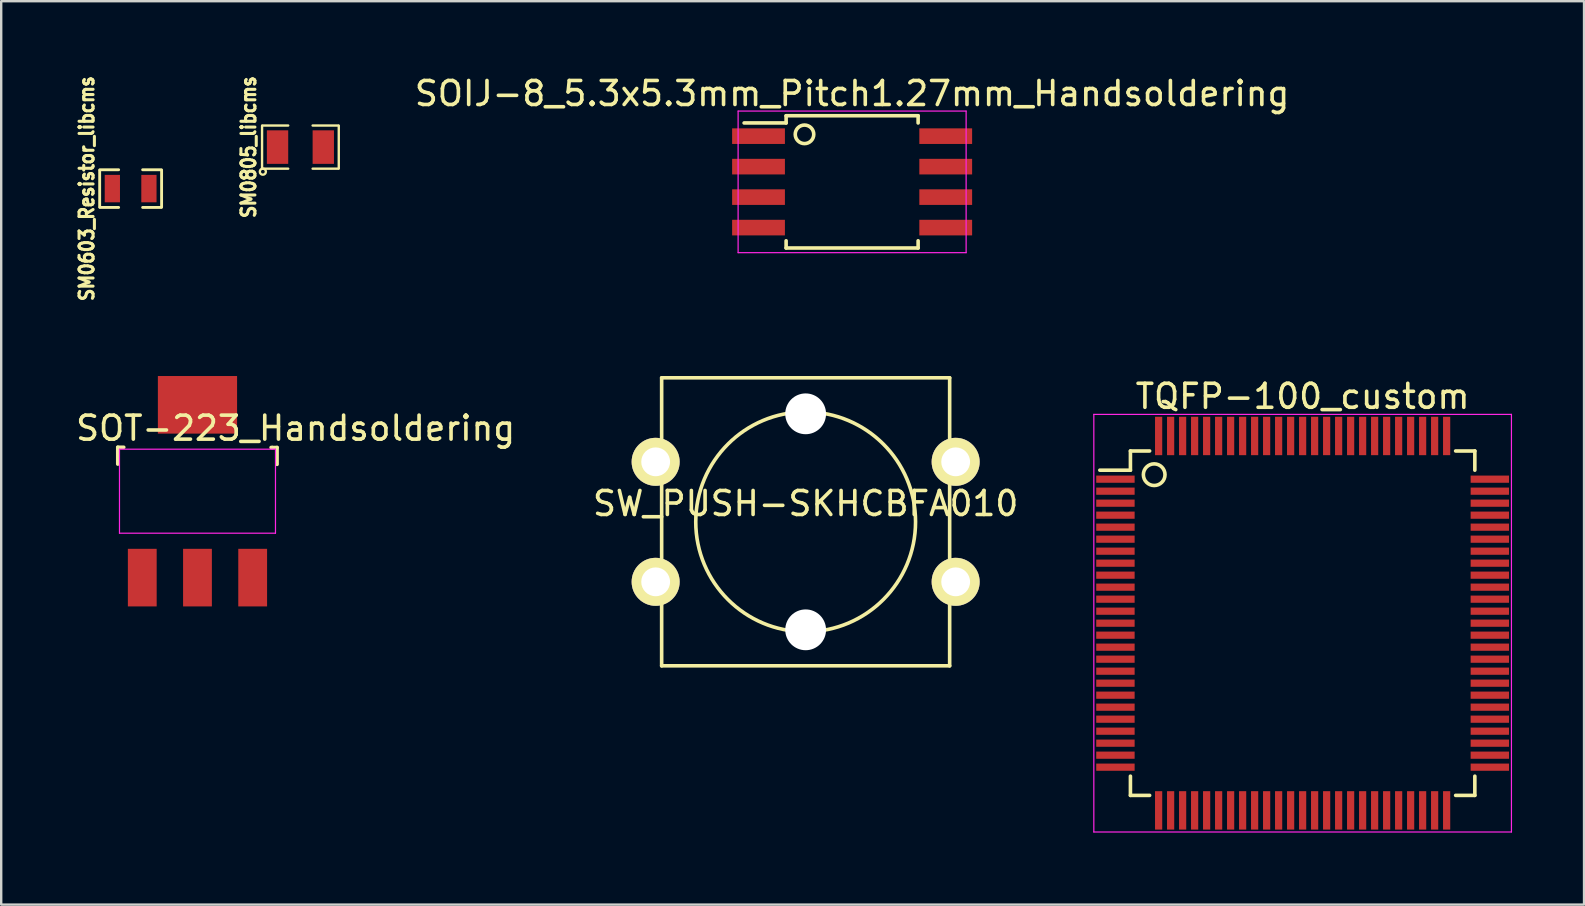
<source format=kicad_pcb>
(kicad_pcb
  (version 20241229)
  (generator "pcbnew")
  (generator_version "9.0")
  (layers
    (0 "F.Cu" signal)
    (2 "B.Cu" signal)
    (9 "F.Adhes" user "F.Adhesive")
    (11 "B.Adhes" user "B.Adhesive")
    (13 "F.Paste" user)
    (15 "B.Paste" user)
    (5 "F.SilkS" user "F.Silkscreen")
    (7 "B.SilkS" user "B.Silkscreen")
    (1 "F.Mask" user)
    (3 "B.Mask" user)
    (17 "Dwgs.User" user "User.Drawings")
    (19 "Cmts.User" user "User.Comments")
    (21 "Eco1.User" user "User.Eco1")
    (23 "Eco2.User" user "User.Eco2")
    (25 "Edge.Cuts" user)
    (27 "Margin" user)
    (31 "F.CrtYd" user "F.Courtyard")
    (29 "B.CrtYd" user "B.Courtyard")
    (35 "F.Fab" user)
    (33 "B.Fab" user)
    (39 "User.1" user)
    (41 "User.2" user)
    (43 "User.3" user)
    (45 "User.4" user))
  (footprint "SM0603_Resistor_libcms"
    (layer "F.Cu")
    (at 2.393 4.808)
    (property "Reference" "SM0603_Resistor_libcms" (at -1.829 0 90) (layer "F.SilkS") (effects (font (size 0.584 0.508) (thickness 0.127))))
    (attr smd)
    (fp_line (start -1.29 0.762) (end -1.29 -0.762) (stroke (width 0.119) (type solid)) (layer "F.SilkS"))
    (fp_line (start -1.283 -0.785) (end -0.5 -0.785) (stroke (width 0.119) (type solid)) (layer "F.SilkS"))
    (fp_line (start -0.5 0.785) (end -1.283 0.785) (stroke (width 0.119) (type solid)) (layer "F.SilkS"))
    (fp_line (start 0.5 -0.785) (end 1.283 -0.785) (stroke (width 0.119) (type solid)) (layer "F.SilkS"))
    (fp_line (start 0.5 0.785) (end 1.283 0.785) (stroke (width 0.119) (type solid)) (layer "F.SilkS"))
    (fp_line (start 1.29 -0.762) (end 1.29 0.762) (stroke (width 0.119) (type solid)) (layer "F.SilkS"))
    (pad "1" smd rect (at -0.762 0) (size 0.635 1.143) (layers "F.Cu" "F.Mask" "F.Paste"))
    (pad "2" smd rect (at 0.762 0) (size 0.635 1.143) (layers "F.Cu" "F.Mask" "F.Paste")))
  (footprint "SM0805_libcms"
    (layer "F.Cu")
    (at 9.467 3.079)
    (property "Reference" "SM0805_libcms" (at -2.159 0 90) (layer "F.SilkS") (effects (font (size 0.584 0.508) (thickness 0.127))))
    (attr smd)
    (fp_line (start -1.598 0.889) (end -1.598 -0.889) (stroke (width 0.099) (type solid)) (layer "F.SilkS"))
    (fp_line (start -1.587 -0.899) (end -0.508 -0.899) (stroke (width 0.099) (type solid)) (layer "F.SilkS"))
    (fp_line (start -0.508 0.899) (end -1.587 0.899) (stroke (width 0.099) (type solid)) (layer "F.SilkS"))
    (fp_line (start 0.508 -0.899) (end 1.587 -0.899) (stroke (width 0.099) (type solid)) (layer "F.SilkS"))
    (fp_line (start 1.587 0.899) (end 0.508 0.899) (stroke (width 0.099) (type solid)) (layer "F.SilkS"))
    (fp_line (start 1.598 -0.889) (end 1.598 0.889) (stroke (width 0.099) (type solid)) (layer "F.SilkS"))
    (fp_circle (center -1.565 1.024) (end -1.565 0.897) (stroke (width 0.099) (type solid)) (fill no) (layer "F.SilkS"))
    (pad "1" smd rect (at -0.953 0) (size 0.889 1.397) (layers "F.Cu" "F.Mask" "F.Paste"))
    (pad "2" smd rect (at 0.953 0) (size 0.889 1.397) (layers "F.Cu" "F.Mask" "F.Paste")))
  (footprint "SOT-223_Handsoldering"
    (layer "F.Cu")
    (at 5.178 17.417)
    (property "Reference" "SOT-223_Handsoldering" (at 4.089 -2.626 0) (layer "F.SilkS") (effects (font (size 1 1) (thickness 0.15))))
    (attr smd)
    (fp_line (start -3.321 -1.831) (end -3.072 -1.831) (stroke (width 0.15) (type solid)) (layer "F.SilkS"))
    (fp_line (start -3.321 -1.13) (end -3.321 -1.831) (stroke (width 0.15) (type solid)) (layer "F.SilkS"))
    (fp_line (start 3.115 -1.821) (end 3.067 -1.821) (stroke (width 0.15) (type solid)) (layer "F.SilkS"))
    (fp_line (start 3.115 -1.821) (end 3.316 -1.821) (stroke (width 0.15) (type solid)) (layer "F.SilkS"))
    (fp_line (start 3.316 -1.821) (end 3.316 -1.12) (stroke (width 0.15) (type solid)) (layer "F.SilkS"))
    (fp_line (start -3.25 -1.75) (end 3.25 -1.75) (stroke (width 0.05) (type solid)) (layer "F.CrtYd"))
    (fp_line (start -3.25 1.75) (end -3.25 -1.75) (stroke (width 0.05) (type solid)) (layer "F.CrtYd"))
    (fp_line (start 3.25 -1.75) (end 3.25 1.75) (stroke (width 0.05) (type solid)) (layer "F.CrtYd"))
    (fp_line (start 3.25 1.75) (end -3.25 1.75) (stroke (width 0.05) (type solid)) (layer "F.CrtYd"))
    (pad "1" smd rect (at -2.3 3.6) (size 1.2 2.4) (layers "F.Cu" "F.Mask" "F.Paste"))
    (pad "2" smd rect (at 0 -3.6) (size 3.3 2.4) (layers "F.Cu" "F.Mask" "F.Paste"))
    (pad "2" smd rect (at 0 3.6) (size 1.2 2.4) (layers "F.Cu" "F.Mask" "F.Paste"))
    (pad "3" smd rect (at 2.3 3.6) (size 1.2 2.4) (layers "F.Cu" "F.Mask" "F.Paste")))
  (footprint "TQFP-100_custom"
    (layer "F.Cu")
    (at 51.225 22.915)
    (property "Reference" "TQFP-100_custom" (at 0 -9.45 0) (layer "F.SilkS") (effects (font (size 1 1) (thickness 0.15))))
    (attr smd)
    (fp_line (start -7.175 -7.175) (end -7.175 -6.375) (stroke (width 0.15) (type solid)) (layer "F.SilkS"))
    (fp_line (start -7.175 -7.175) (end -6.375 -7.175) (stroke (width 0.15) (type solid)) (layer "F.SilkS"))
    (fp_line (start -7.175 -6.375) (end -8.45 -6.375) (stroke (width 0.15) (type solid)) (layer "F.SilkS"))
    (fp_line (start -7.175 7.175) (end -7.175 6.375) (stroke (width 0.15) (type solid)) (layer "F.SilkS"))
    (fp_line (start -7.175 7.175) (end -6.375 7.175) (stroke (width 0.15) (type solid)) (layer "F.SilkS"))
    (fp_line (start 7.175 -7.175) (end 6.375 -7.175) (stroke (width 0.15) (type solid)) (layer "F.SilkS"))
    (fp_line (start 7.175 -7.175) (end 7.175 -6.375) (stroke (width 0.15) (type solid)) (layer "F.SilkS"))
    (fp_line (start 7.175 7.175) (end 6.375 7.175) (stroke (width 0.15) (type solid)) (layer "F.SilkS"))
    (fp_line (start 7.175 7.175) (end 7.175 6.375) (stroke (width 0.15) (type solid)) (layer "F.SilkS"))
    (fp_circle (center -6.185 -6.187) (end -5.839 -5.898) (stroke (width 0.15) (type solid)) (fill no) (layer "F.SilkS"))
    (fp_line (start -8.7 -8.7) (end -8.7 8.7) (stroke (width 0.05) (type solid)) (layer "F.CrtYd"))
    (fp_line (start -8.7 -8.7) (end 8.7 -8.7) (stroke (width 0.05) (type solid)) (layer "F.CrtYd"))
    (fp_line (start -8.7 8.7) (end 8.7 8.7) (stroke (width 0.05) (type solid)) (layer "F.CrtYd"))
    (fp_line (start 8.7 -8.7) (end 8.7 8.7) (stroke (width 0.05) (type solid)) (layer "F.CrtYd"))
    (pad "1" smd rect (at -7.8 -6) (size 1.6 0.3) (layers "F.Cu" "F.Mask" "F.Paste"))
    (pad "2" smd rect (at -7.8 -5.5) (size 1.6 0.3) (layers "F.Cu" "F.Mask" "F.Paste"))
    (pad "3" smd rect (at -7.8 -5) (size 1.6 0.3) (layers "F.Cu" "F.Mask" "F.Paste"))
    (pad "4" smd rect (at -7.8 -4.5) (size 1.6 0.3) (layers "F.Cu" "F.Mask" "F.Paste"))
    (pad "5" smd rect (at -7.8 -4) (size 1.6 0.3) (layers "F.Cu" "F.Mask" "F.Paste"))
    (pad "6" smd rect (at -7.8 -3.5) (size 1.6 0.3) (layers "F.Cu" "F.Mask" "F.Paste"))
    (pad "7" smd rect (at -7.8 -3) (size 1.6 0.3) (layers "F.Cu" "F.Mask" "F.Paste"))
    (pad "8" smd rect (at -7.8 -2.5) (size 1.6 0.3) (layers "F.Cu" "F.Mask" "F.Paste"))
    (pad "9" smd rect (at -7.8 -2) (size 1.6 0.3) (layers "F.Cu" "F.Mask" "F.Paste"))
    (pad "10" smd rect (at -7.8 -1.5) (size 1.6 0.3) (layers "F.Cu" "F.Mask" "F.Paste"))
    (pad "11" smd rect (at -7.8 -1) (size 1.6 0.3) (layers "F.Cu" "F.Mask" "F.Paste"))
    (pad "12" smd rect (at -7.8 -0.5) (size 1.6 0.3) (layers "F.Cu" "F.Mask" "F.Paste"))
    (pad "13" smd rect (at -7.8 0) (size 1.6 0.3) (layers "F.Cu" "F.Mask" "F.Paste"))
    (pad "14" smd rect (at -7.8 0.5) (size 1.6 0.3) (layers "F.Cu" "F.Mask" "F.Paste"))
    (pad "15" smd rect (at -7.8 1) (size 1.6 0.3) (layers "F.Cu" "F.Mask" "F.Paste"))
    (pad "16" smd rect (at -7.8 1.5) (size 1.6 0.3) (layers "F.Cu" "F.Mask" "F.Paste"))
    (pad "17" smd rect (at -7.8 2) (size 1.6 0.3) (layers "F.Cu" "F.Mask" "F.Paste"))
    (pad "18" smd rect (at -7.8 2.5) (size 1.6 0.3) (layers "F.Cu" "F.Mask" "F.Paste"))
    (pad "19" smd rect (at -7.8 3) (size 1.6 0.3) (layers "F.Cu" "F.Mask" "F.Paste"))
    (pad "20" smd rect (at -7.8 3.5) (size 1.6 0.3) (layers "F.Cu" "F.Mask" "F.Paste"))
    (pad "21" smd rect (at -7.8 4) (size 1.6 0.3) (layers "F.Cu" "F.Mask" "F.Paste"))
    (pad "22" smd rect (at -7.8 4.5) (size 1.6 0.3) (layers "F.Cu" "F.Mask" "F.Paste"))
    (pad "23" smd rect (at -7.8 5) (size 1.6 0.3) (layers "F.Cu" "F.Mask" "F.Paste"))
    (pad "24" smd rect (at -7.8 5.5) (size 1.6 0.3) (layers "F.Cu" "F.Mask" "F.Paste"))
    (pad "25" smd rect (at -7.8 6) (size 1.6 0.3) (layers "F.Cu" "F.Mask" "F.Paste"))
    (pad "26" smd rect (at -6 7.8 90) (size 1.6 0.3) (layers "F.Cu" "F.Mask" "F.Paste"))
    (pad "27" smd rect (at -5.5 7.8 90) (size 1.6 0.3) (layers "F.Cu" "F.Mask" "F.Paste"))
    (pad "28" smd rect (at -5 7.8 90) (size 1.6 0.3) (layers "F.Cu" "F.Mask" "F.Paste"))
    (pad "29" smd rect (at -4.5 7.8 90) (size 1.6 0.3) (layers "F.Cu" "F.Mask" "F.Paste"))
    (pad "30" smd rect (at -4 7.8 90) (size 1.6 0.3) (layers "F.Cu" "F.Mask" "F.Paste"))
    (pad "31" smd rect (at -3.5 7.8 90) (size 1.6 0.3) (layers "F.Cu" "F.Mask" "F.Paste"))
    (pad "32" smd rect (at -3 7.8 90) (size 1.6 0.3) (layers "F.Cu" "F.Mask" "F.Paste"))
    (pad "33" smd rect (at -2.5 7.8 90) (size 1.6 0.3) (layers "F.Cu" "F.Mask" "F.Paste"))
    (pad "34" smd rect (at -2 7.8 90) (size 1.6 0.3) (layers "F.Cu" "F.Mask" "F.Paste"))
    (pad "35" smd rect (at -1.5 7.8 90) (size 1.6 0.3) (layers "F.Cu" "F.Mask" "F.Paste"))
    (pad "36" smd rect (at -1 7.8 90) (size 1.6 0.3) (layers "F.Cu" "F.Mask" "F.Paste"))
    (pad "37" smd rect (at -0.5 7.8 90) (size 1.6 0.3) (layers "F.Cu" "F.Mask" "F.Paste"))
    (pad "38" smd rect (at 0 7.8 90) (size 1.6 0.3) (layers "F.Cu" "F.Mask" "F.Paste"))
    (pad "39" smd rect (at 0.5 7.8 90) (size 1.6 0.3) (layers "F.Cu" "F.Mask" "F.Paste"))
    (pad "40" smd rect (at 1 7.8 90) (size 1.6 0.3) (layers "F.Cu" "F.Mask" "F.Paste"))
    (pad "41" smd rect (at 1.5 7.8 90) (size 1.6 0.3) (layers "F.Cu" "F.Mask" "F.Paste"))
    (pad "42" smd rect (at 2 7.8 90) (size 1.6 0.3) (layers "F.Cu" "F.Mask" "F.Paste"))
    (pad "43" smd rect (at 2.5 7.8 90) (size 1.6 0.3) (layers "F.Cu" "F.Mask" "F.Paste"))
    (pad "44" smd rect (at 3 7.8 90) (size 1.6 0.3) (layers "F.Cu" "F.Mask" "F.Paste"))
    (pad "45" smd rect (at 3.5 7.8 90) (size 1.6 0.3) (layers "F.Cu" "F.Mask" "F.Paste"))
    (pad "46" smd rect (at 4 7.8 90) (size 1.6 0.3) (layers "F.Cu" "F.Mask" "F.Paste"))
    (pad "47" smd rect (at 4.5 7.8 90) (size 1.6 0.3) (layers "F.Cu" "F.Mask" "F.Paste"))
    (pad "48" smd rect (at 5 7.8 90) (size 1.6 0.3) (layers "F.Cu" "F.Mask" "F.Paste"))
    (pad "49" smd rect (at 5.5 7.8 90) (size 1.6 0.3) (layers "F.Cu" "F.Mask" "F.Paste"))
    (pad "50" smd rect (at 6 7.8 90) (size 1.6 0.3) (layers "F.Cu" "F.Mask" "F.Paste"))
    (pad "51" smd rect (at 7.8 6) (size 1.6 0.3) (layers "F.Cu" "F.Mask" "F.Paste"))
    (pad "52" smd rect (at 7.8 5.5) (size 1.6 0.3) (layers "F.Cu" "F.Mask" "F.Paste"))
    (pad "53" smd rect (at 7.8 5) (size 1.6 0.3) (layers "F.Cu" "F.Mask" "F.Paste"))
    (pad "54" smd rect (at 7.8 4.5) (size 1.6 0.3) (layers "F.Cu" "F.Mask" "F.Paste"))
    (pad "55" smd rect (at 7.8 4) (size 1.6 0.3) (layers "F.Cu" "F.Mask" "F.Paste"))
    (pad "56" smd rect (at 7.8 3.5) (size 1.6 0.3) (layers "F.Cu" "F.Mask" "F.Paste"))
    (pad "57" smd rect (at 7.8 3) (size 1.6 0.3) (layers "F.Cu" "F.Mask" "F.Paste"))
    (pad "58" smd rect (at 7.8 2.5) (size 1.6 0.3) (layers "F.Cu" "F.Mask" "F.Paste"))
    (pad "59" smd rect (at 7.8 2) (size 1.6 0.3) (layers "F.Cu" "F.Mask" "F.Paste"))
    (pad "60" smd rect (at 7.8 1.5) (size 1.6 0.3) (layers "F.Cu" "F.Mask" "F.Paste"))
    (pad "61" smd rect (at 7.8 1) (size 1.6 0.3) (layers "F.Cu" "F.Mask" "F.Paste"))
    (pad "62" smd rect (at 7.8 0.5) (size 1.6 0.3) (layers "F.Cu" "F.Mask" "F.Paste"))
    (pad "63" smd rect (at 7.8 0) (size 1.6 0.3) (layers "F.Cu" "F.Mask" "F.Paste"))
    (pad "64" smd rect (at 7.8 -0.5) (size 1.6 0.3) (layers "F.Cu" "F.Mask" "F.Paste"))
    (pad "65" smd rect (at 7.8 -1) (size 1.6 0.3) (layers "F.Cu" "F.Mask" "F.Paste"))
    (pad "66" smd rect (at 7.8 -1.5) (size 1.6 0.3) (layers "F.Cu" "F.Mask" "F.Paste"))
    (pad "67" smd rect (at 7.8 -2) (size 1.6 0.3) (layers "F.Cu" "F.Mask" "F.Paste"))
    (pad "68" smd rect (at 7.8 -2.5) (size 1.6 0.3) (layers "F.Cu" "F.Mask" "F.Paste"))
    (pad "69" smd rect (at 7.8 -3) (size 1.6 0.3) (layers "F.Cu" "F.Mask" "F.Paste"))
    (pad "70" smd rect (at 7.8 -3.5) (size 1.6 0.3) (layers "F.Cu" "F.Mask" "F.Paste"))
    (pad "71" smd rect (at 7.8 -4) (size 1.6 0.3) (layers "F.Cu" "F.Mask" "F.Paste"))
    (pad "72" smd rect (at 7.8 -4.5) (size 1.6 0.3) (layers "F.Cu" "F.Mask" "F.Paste"))
    (pad "73" smd rect (at 7.8 -5) (size 1.6 0.3) (layers "F.Cu" "F.Mask" "F.Paste"))
    (pad "74" smd rect (at 7.8 -5.5) (size 1.6 0.3) (layers "F.Cu" "F.Mask" "F.Paste"))
    (pad "75" smd rect (at 7.8 -6) (size 1.6 0.3) (layers "F.Cu" "F.Mask" "F.Paste"))
    (pad "76" smd rect (at 6 -7.8 90) (size 1.6 0.3) (layers "F.Cu" "F.Mask" "F.Paste"))
    (pad "77" smd rect (at 5.5 -7.8 90) (size 1.6 0.3) (layers "F.Cu" "F.Mask" "F.Paste"))
    (pad "78" smd rect (at 5 -7.8 90) (size 1.6 0.3) (layers "F.Cu" "F.Mask" "F.Paste"))
    (pad "79" smd rect (at 4.5 -7.8 90) (size 1.6 0.3) (layers "F.Cu" "F.Mask" "F.Paste"))
    (pad "80" smd rect (at 4 -7.8 90) (size 1.6 0.3) (layers "F.Cu" "F.Mask" "F.Paste"))
    (pad "81" smd rect (at 3.5 -7.8 90) (size 1.6 0.3) (layers "F.Cu" "F.Mask" "F.Paste"))
    (pad "82" smd rect (at 3 -7.8 90) (size 1.6 0.3) (layers "F.Cu" "F.Mask" "F.Paste"))
    (pad "83" smd rect (at 2.5 -7.8 90) (size 1.6 0.3) (layers "F.Cu" "F.Mask" "F.Paste"))
    (pad "84" smd rect (at 2 -7.8 90) (size 1.6 0.3) (layers "F.Cu" "F.Mask" "F.Paste"))
    (pad "85" smd rect (at 1.5 -7.8 90) (size 1.6 0.3) (layers "F.Cu" "F.Mask" "F.Paste"))
    (pad "86" smd rect (at 1 -7.8 90) (size 1.6 0.3) (layers "F.Cu" "F.Mask" "F.Paste"))
    (pad "87" smd rect (at 0.5 -7.8 90) (size 1.6 0.3) (layers "F.Cu" "F.Mask" "F.Paste"))
    (pad "88" smd rect (at 0 -7.8 90) (size 1.6 0.3) (layers "F.Cu" "F.Mask" "F.Paste"))
    (pad "89" smd rect (at -0.5 -7.8 90) (size 1.6 0.3) (layers "F.Cu" "F.Mask" "F.Paste"))
    (pad "90" smd rect (at -1 -7.8 90) (size 1.6 0.3) (layers "F.Cu" "F.Mask" "F.Paste"))
    (pad "91" smd rect (at -1.5 -7.8 90) (size 1.6 0.3) (layers "F.Cu" "F.Mask" "F.Paste"))
    (pad "92" smd rect (at -2 -7.8 90) (size 1.6 0.3) (layers "F.Cu" "F.Mask" "F.Paste"))
    (pad "93" smd rect (at -2.5 -7.8 90) (size 1.6 0.3) (layers "F.Cu" "F.Mask" "F.Paste"))
    (pad "94" smd rect (at -3 -7.8 90) (size 1.6 0.3) (layers "F.Cu" "F.Mask" "F.Paste"))
    (pad "95" smd rect (at -3.5 -7.8 90) (size 1.6 0.3) (layers "F.Cu" "F.Mask" "F.Paste"))
    (pad "96" smd rect (at -4 -7.8 90) (size 1.6 0.3) (layers "F.Cu" "F.Mask" "F.Paste"))
    (pad "97" smd rect (at -4.5 -7.8 90) (size 1.6 0.3) (layers "F.Cu" "F.Mask" "F.Paste"))
    (pad "98" smd rect (at -5 -7.8 90) (size 1.6 0.3) (layers "F.Cu" "F.Mask" "F.Paste"))
    (pad "99" smd rect (at -5.5 -7.8 90) (size 1.6 0.3) (layers "F.Cu" "F.Mask" "F.Paste"))
    (pad "100" smd rect (at -6 -7.8 90) (size 1.6 0.3) (layers "F.Cu" "F.Mask" "F.Paste")))
  (footprint "SOIJ-8_5.3x5.3mm_Pitch1.27mm_Handsoldering"
    (layer "F.Cu")
    (at 32.454 4.528)
    (property "Reference" "SOIJ-8_5.3x5.3mm_Pitch1.27mm_Handsoldering" (at 0 -3.68 0) (layer "F.SilkS") (effects (font (size 1 1) (thickness 0.15))))
    (attr smd)
    (fp_line (start -2.75 -2.755) (end -2.75 -2.455) (stroke (width 0.15) (type solid)) (layer "F.SilkS"))
    (fp_line (start -2.75 -2.755) (end 2.75 -2.755) (stroke (width 0.15) (type solid)) (layer "F.SilkS"))
    (fp_line (start -2.75 -2.455) (end -4.5 -2.455) (stroke (width 0.15) (type solid)) (layer "F.SilkS"))
    (fp_line (start -2.75 2.755) (end -2.75 2.455) (stroke (width 0.15) (type solid)) (layer "F.SilkS"))
    (fp_line (start -2.75 2.755) (end 2.75 2.755) (stroke (width 0.15) (type solid)) (layer "F.SilkS"))
    (fp_line (start 2.75 -2.755) (end 2.75 -2.455) (stroke (width 0.15) (type solid)) (layer "F.SilkS"))
    (fp_line (start 2.75 2.755) (end 2.75 2.455) (stroke (width 0.15) (type solid)) (layer "F.SilkS"))
    (fp_circle (center -1.984 -1.981) (end -1.689 -1.732) (stroke (width 0.15) (type solid)) (fill no) (layer "F.SilkS"))
    (fp_line (start -4.75 -2.95) (end -4.75 2.95) (stroke (width 0.05) (type solid)) (layer "F.CrtYd"))
    (fp_line (start -4.75 -2.95) (end 4.75 -2.95) (stroke (width 0.05) (type solid)) (layer "F.CrtYd"))
    (fp_line (start -4.75 2.95) (end 4.75 2.95) (stroke (width 0.05) (type solid)) (layer "F.CrtYd"))
    (fp_line (start 4.75 -2.95) (end 4.75 2.95) (stroke (width 0.05) (type solid)) (layer "F.CrtYd"))
    (pad "1" smd rect (at -3.9 -1.905) (size 2.2 0.65) (layers "F.Cu" "F.Mask" "F.Paste"))
    (pad "2" smd rect (at -3.9 -0.635) (size 2.2 0.65) (layers "F.Cu" "F.Mask" "F.Paste"))
    (pad "3" smd rect (at -3.9 0.635) (size 2.2 0.65) (layers "F.Cu" "F.Mask" "F.Paste"))
    (pad "4" smd rect (at -3.9 1.905) (size 2.2 0.65) (layers "F.Cu" "F.Mask" "F.Paste"))
    (pad "5" smd rect (at 3.9 1.905) (size 2.2 0.65) (layers "F.Cu" "F.Mask" "F.Paste"))
    (pad "6" smd rect (at 3.9 0.635) (size 2.2 0.65) (layers "F.Cu" "F.Mask" "F.Paste"))
    (pad "7" smd rect (at 3.9 -0.635) (size 2.2 0.65) (layers "F.Cu" "F.Mask" "F.Paste"))
    (pad "8" smd rect (at 3.9 -1.905) (size 2.2 0.65) (layers "F.Cu" "F.Mask" "F.Paste")))
  (footprint "SW_PUSH-SKHCBFA010"
    (layer "F.Cu")
    (at 30.518 18.692)
    (property "Reference" "SW_PUSH-SKHCBFA010" (at 0 -0.762 0) (layer "F.SilkS") (effects (font (size 1 1) (thickness 0.15))))
    (attr through_hole)
    (fp_line (start -6 -6) (end 6 -6) (stroke (width 0.15) (type solid)) (layer "F.SilkS"))
    (fp_line (start -6 6) (end -6 -6) (stroke (width 0.15) (type solid)) (layer "F.SilkS"))
    (fp_line (start 6 -6) (end 6 6) (stroke (width 0.15) (type solid)) (layer "F.SilkS"))
    (fp_line (start 6 6) (end -6 6) (stroke (width 0.15) (type solid)) (layer "F.SilkS"))
    (fp_circle (center 0 0) (end 3.81 2.54) (stroke (width 0.15) (type solid)) (fill no) (layer "F.SilkS"))
    (pad "" np_thru_hole circle (at 0 -4.5) (size 1.7 1.7) (drill 1.7) (layers "*.Cu" "*.Mask"))
    (pad "" np_thru_hole circle (at 0 4.5) (size 1.7 1.7) (drill 1.7) (layers "*.Cu" "*.Mask"))
    (pad "1" thru_hole circle (at -6.25 -2.5) (size 2 2) (drill 1.2) (layers "*.Cu" "*.Mask" "F.SilkS"))
    (pad "1" thru_hole circle (at 6.25 -2.5) (size 2 2) (drill 1.2) (layers "*.Cu" "*.Mask" "F.SilkS"))
    (pad "2" thru_hole circle (at -6.25 2.5) (size 2 2) (drill 1.2) (layers "*.Cu" "*.Mask" "F.SilkS"))
    (pad "2" thru_hole circle (at 6.25 2.5) (size 2 2) (drill 1.2) (layers "*.Cu" "*.Mask" "F.SilkS")))
  (gr_rect
    (start -3 -3)
    (end 62.95 34.64)
    (stroke (width 0.1) (type default))
    (fill no)
    (layer "Edge.Cuts")))
</source>
